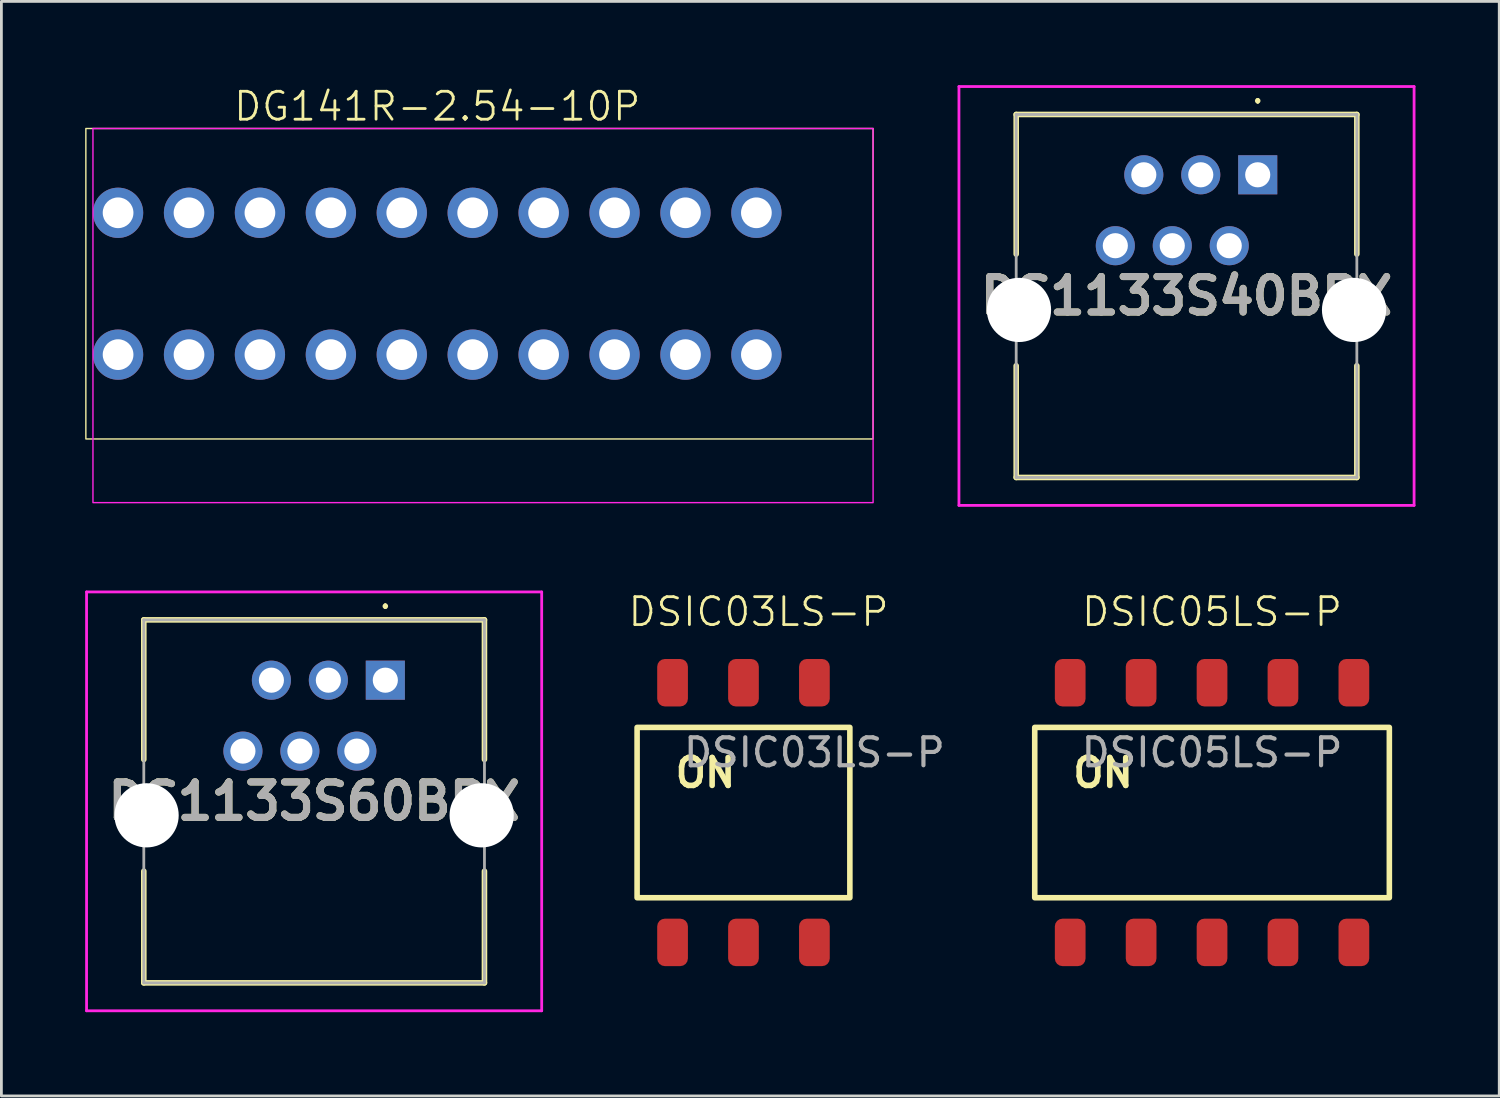
<source format=kicad_pcb>
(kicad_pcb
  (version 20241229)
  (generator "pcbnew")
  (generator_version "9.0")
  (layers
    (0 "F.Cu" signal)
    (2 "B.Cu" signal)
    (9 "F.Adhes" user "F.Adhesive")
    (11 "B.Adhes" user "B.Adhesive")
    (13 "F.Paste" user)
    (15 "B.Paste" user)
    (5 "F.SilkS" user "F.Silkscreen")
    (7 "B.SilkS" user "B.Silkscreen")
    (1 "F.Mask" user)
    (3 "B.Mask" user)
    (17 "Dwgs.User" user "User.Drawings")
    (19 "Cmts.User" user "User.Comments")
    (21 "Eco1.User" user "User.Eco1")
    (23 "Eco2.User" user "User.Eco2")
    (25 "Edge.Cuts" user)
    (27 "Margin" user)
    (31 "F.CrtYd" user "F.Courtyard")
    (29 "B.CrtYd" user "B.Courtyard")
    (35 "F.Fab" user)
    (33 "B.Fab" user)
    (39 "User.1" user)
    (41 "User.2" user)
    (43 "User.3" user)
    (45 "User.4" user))
  (footprint "DSIC05LS-P"
    (layer "F.Cu")
    (at 40.358 21.401)
    (property "Reference" "DSIC05LS-P" (at 0 -2.54 0) (unlocked yes) (layer "F.SilkS") (effects (font (size 1 1) (thickness 0.1))))
    (attr smd)
    (fp_rect (start -6.35 1.6) (end 6.35 7.7) (stroke (width 0.2) (type default)) (fill no) (layer "F.SilkS"))
    (fp_text user "ON" (at -5.08 3.81 0) (unlocked yes) (layer "F.SilkS") (effects (font (size 1 1) (thickness 0.2) (bold yes)) (justify left bottom)))
    (fp_text user "${REFERENCE}" (at 0 2.5 0) (unlocked yes) (layer "F.Fab") (effects (font (size 1 1) (thickness 0.15))))
    (pad "1" smd roundrect (at 5.08 0) (size 1.1 1.7) (layers "F.Cu" "F.Mask" "F.Paste") (roundrect_rratio 0.25))
    (pad "2" smd roundrect (at 2.54 0) (size 1.1 1.7) (layers "F.Cu" "F.Mask" "F.Paste") (roundrect_rratio 0.25))
    (pad "3" smd roundrect (at 0 0) (size 1.1 1.7) (layers "F.Cu" "F.Mask" "F.Paste") (roundrect_rratio 0.25))
    (pad "4" smd roundrect (at -2.54 0) (size 1.1 1.7) (layers "F.Cu" "F.Mask" "F.Paste") (roundrect_rratio 0.25))
    (pad "5" smd roundrect (at -5.08 0) (size 1.1 1.7) (layers "F.Cu" "F.Mask" "F.Paste") (roundrect_rratio 0.25))
    (pad "6" smd roundrect (at -5.08 9.3) (size 1.1 1.7) (layers "F.Cu" "F.Mask" "F.Paste") (roundrect_rratio 0.25))
    (pad "7" smd roundrect (at -2.54 9.3) (size 1.1 1.7) (layers "F.Cu" "F.Mask" "F.Paste") (roundrect_rratio 0.25))
    (pad "8" smd roundrect (at 0 9.3) (size 1.1 1.7) (layers "F.Cu" "F.Mask" "F.Paste") (roundrect_rratio 0.25))
    (pad "9" smd roundrect (at 2.54 9.3) (size 1.1 1.7) (layers "F.Cu" "F.Mask" "F.Paste") (roundrect_rratio 0.25))
    (pad "10" smd roundrect (at 5.08 9.3) (size 1.1 1.7) (layers "F.Cu" "F.Mask" "F.Paste") (roundrect_rratio 0.25)))
  (footprint "DS1133S40BPX"
    (layer "F.Cu")
    (at 41.994 3.21)
    (property "Reference" "DS1133S40BPX" (at -2.55 4.34 0) (layer "F.SilkS") (effects (font (size 1.27 1.27) (thickness 0.254))))
    (attr through_hole)
    (fp_line (start -8.65 -2.16) (end 3.55 -2.16) (stroke (width 0.2) (type solid)) (layer "F.SilkS"))
    (fp_line (start -8.65 2.84) (end -8.65 -2.16) (stroke (width 0.2) (type solid)) (layer "F.SilkS"))
    (fp_line (start -8.65 6.84) (end -8.65 10.84) (stroke (width 0.2) (type solid)) (layer "F.SilkS"))
    (fp_line (start -8.65 10.84) (end 3.55 10.84) (stroke (width 0.2) (type solid)) (layer "F.SilkS"))
    (fp_line (start 0 -2.7) (end 0 -2.7) (stroke (width 0.1) (type solid)) (layer "F.SilkS"))
    (fp_line (start 0 -2.6) (end 0 -2.6) (stroke (width 0.1) (type solid)) (layer "F.SilkS"))
    (fp_line (start 3.55 -2.16) (end 3.55 2.84) (stroke (width 0.2) (type solid)) (layer "F.SilkS"))
    (fp_line (start 3.55 10.84) (end 3.55 6.84) (stroke (width 0.2) (type solid)) (layer "F.SilkS"))
    (fp_arc (start 0 -2.7) (mid 0.05 -2.65) (end 0 -2.6) (stroke (width 0.1) (type solid)) (layer "F.SilkS"))
    (fp_arc (start 0 -2.6) (mid -0.05 -2.65) (end 0 -2.7) (stroke (width 0.1) (type solid)) (layer "F.SilkS"))
    (fp_line (start -10.7 -3.16) (end 5.6 -3.16) (stroke (width 0.1) (type solid)) (layer "F.CrtYd"))
    (fp_line (start -10.7 11.84) (end -10.7 -3.16) (stroke (width 0.1) (type solid)) (layer "F.CrtYd"))
    (fp_line (start 5.6 -3.16) (end 5.6 11.84) (stroke (width 0.1) (type solid)) (layer "F.CrtYd"))
    (fp_line (start 5.6 11.84) (end -10.7 11.84) (stroke (width 0.1) (type solid)) (layer "F.CrtYd"))
    (fp_line (start -8.65 -2.16) (end 3.55 -2.16) (stroke (width 0.1) (type solid)) (layer "F.Fab"))
    (fp_line (start -8.65 10.84) (end -8.65 -2.16) (stroke (width 0.1) (type solid)) (layer "F.Fab"))
    (fp_line (start 3.55 -2.16) (end 3.55 10.84) (stroke (width 0.1) (type solid)) (layer "F.Fab"))
    (fp_line (start 3.55 10.84) (end -8.65 10.84) (stroke (width 0.1) (type solid)) (layer "F.Fab"))
    (fp_text user "${REFERENCE}" (at -2.55 4.34 0) (layer "F.Fab") (effects (font (size 1.27 1.27) (thickness 0.254))))
    (pad "" np_thru_hole circle (at -8.55 4.84) (size 2.3 2.3) (drill 2.3) (layers "*.Cu" "*.Mask"))
    (pad "" np_thru_hole circle (at 3.45 4.84) (size 2.3 2.3) (drill 2.3) (layers "*.Cu" "*.Mask"))
    (pad "1" thru_hole rect (at 0 0) (size 1.4 1.4) (drill 0.9) (layers "*.Cu" "*.Mask"))
    (pad "2" thru_hole circle (at -1.02 2.54) (size 1.4 1.4) (drill 0.9) (layers "*.Cu" "*.Mask"))
    (pad "3" thru_hole circle (at -2.04 0) (size 1.4 1.4) (drill 0.9) (layers "*.Cu" "*.Mask"))
    (pad "4" thru_hole circle (at -3.06 2.54) (size 1.4 1.4) (drill 0.9) (layers "*.Cu" "*.Mask"))
    (pad "5" thru_hole circle (at -4.08 0) (size 1.4 1.4) (drill 0.9) (layers "*.Cu" "*.Mask"))
    (pad "6" thru_hole circle (at -5.1 2.54) (size 1.4 1.4) (drill 0.9) (layers "*.Cu" "*.Mask")))
  (footprint "DSIC03LS-P"
    (layer "F.Cu")
    (at 26.117 21.401)
    (property "Reference" "DSIC03LS-P" (at -2 -2.54 0) (unlocked yes) (layer "F.SilkS") (effects (font (size 1 1) (thickness 0.1))))
    (attr smd)
    (fp_rect (start -6.35 1.6) (end 1.27 7.7) (stroke (width 0.2) (type default)) (fill no) (layer "F.SilkS"))
    (fp_text user "ON" (at -5.08 3.81 0) (unlocked yes) (layer "F.SilkS") (effects (font (size 1 1) (thickness 0.2) (bold yes)) (justify left bottom)))
    (fp_text user "${REFERENCE}" (at 0 2.5 0) (unlocked yes) (layer "F.Fab") (effects (font (size 1 1) (thickness 0.15))))
    (pad "1" smd roundrect (at 0 0) (size 1.1 1.7) (layers "F.Cu" "F.Mask" "F.Paste") (roundrect_rratio 0.25))
    (pad "2" smd roundrect (at -2.54 0) (size 1.1 1.7) (layers "F.Cu" "F.Mask" "F.Paste") (roundrect_rratio 0.25))
    (pad "3" smd roundrect (at -5.08 0) (size 1.1 1.7) (layers "F.Cu" "F.Mask" "F.Paste") (roundrect_rratio 0.25))
    (pad "4" smd roundrect (at -5.08 9.3) (size 1.1 1.7) (layers "F.Cu" "F.Mask" "F.Paste") (roundrect_rratio 0.25))
    (pad "5" smd roundrect (at -2.54 9.3) (size 1.1 1.7) (layers "F.Cu" "F.Mask" "F.Paste") (roundrect_rratio 0.25))
    (pad "6" smd roundrect (at 0 9.3) (size 1.1 1.7) (layers "F.Cu" "F.Mask" "F.Paste") (roundrect_rratio 0.25)))
  (footprint "DG141R-2.54-10P"
    (layer "F.Cu")
    (at 0.279 12.671)
    (property "Reference" "DG141R-2.54-10P" (at 12.33 -11.91 0) (unlocked yes) (layer "F.SilkS") (effects (font (size 1 1) (thickness 0.1))))
    (attr through_hole)
    (fp_rect (start -0.254 -11.12) (end 27.94 0) (stroke (width 0.05) (type default)) (fill no) (layer "F.SilkS"))
    (fp_rect (start 0 -11.12) (end 27.94 2.28) (stroke (width 0.05) (type default)) (fill no) (layer "F.CrtYd"))
    (pad "1" thru_hole circle (at 0.9 -8.1) (size 1.8 1.8) (drill 1.1) (layers "*.Cu" "*.Mask"))
    (pad "1" thru_hole circle (at 0.9 -3.02) (size 1.8 1.8) (drill 1.1) (layers "*.Cu" "*.Mask"))
    (pad "2" thru_hole circle (at 3.44 -8.1) (size 1.8 1.8) (drill 1.1) (layers "*.Cu" "*.Mask"))
    (pad "2" thru_hole circle (at 3.44 -3.02) (size 1.8 1.8) (drill 1.1) (layers "*.Cu" "*.Mask"))
    (pad "3" thru_hole circle (at 5.98 -8.1) (size 1.8 1.8) (drill 1.1) (layers "*.Cu" "*.Mask"))
    (pad "4" thru_hole circle (at 8.52 -8.1) (size 1.8 1.8) (drill 1.1) (layers "*.Cu" "*.Mask"))
    (pad "5" thru_hole circle (at 11.06 -8.1) (size 1.8 1.8) (drill 1.1) (layers "*.Cu" "*.Mask"))
    (pad "5" thru_hole circle (at 11.06 -3.02) (size 1.8 1.8) (drill 1.1) (layers "*.Cu" "*.Mask"))
    (pad "6" thru_hole circle (at 13.6 -8.1) (size 1.8 1.8) (drill 1.1) (layers "*.Cu" "*.Mask"))
    (pad "6" thru_hole circle (at 13.6 -3.02) (size 1.8 1.8) (drill 1.1) (layers "*.Cu" "*.Mask"))
    (pad "7" thru_hole circle (at 16.14 -8.1) (size 1.8 1.8) (drill 1.1) (layers "*.Cu" "*.Mask"))
    (pad "7" thru_hole circle (at 16.14 -3.02) (size 1.8 1.8) (drill 1.1) (layers "*.Cu" "*.Mask"))
    (pad "8" thru_hole circle (at 18.68 -8.1) (size 1.8 1.8) (drill 1.1) (layers "*.Cu" "*.Mask"))
    (pad "9" thru_hole circle (at 21.22 -8.1) (size 1.8 1.8) (drill 1.1) (layers "*.Cu" "*.Mask"))
    (pad "10" thru_hole circle (at 23.76 -8.1) (size 1.8 1.8) (drill 1.1) (layers "*.Cu" "*.Mask"))
    (pad "10" thru_hole circle (at 23.76 -3.02) (size 1.8 1.8) (drill 1.1) (layers "*.Cu" "*.Mask"))
    (pad "13" thru_hole circle (at 5.98 -3.02) (size 1.8 1.8) (drill 1.1) (layers "*.Cu" "*.Mask"))
    (pad "14" thru_hole circle (at 8.52 -3.02) (size 1.8 1.8) (drill 1.1) (layers "*.Cu" "*.Mask"))
    (pad "18" thru_hole circle (at 18.68 -3.02) (size 1.8 1.8) (drill 1.1) (layers "*.Cu" "*.Mask"))
    (pad "19" thru_hole circle (at 21.22 -3.02) (size 1.8 1.8) (drill 1.1) (layers "*.Cu" "*.Mask")))
  (footprint "DS1133S60BPX"
    (layer "F.Cu")
    (at 10.75 21.31)
    (property "Reference" "DS1133S60BPX" (at -2.55 4.34 0) (layer "F.SilkS") (effects (font (size 1.27 1.27) (thickness 0.254))))
    (attr through_hole)
    (fp_line (start -8.65 -2.16) (end 3.55 -2.16) (stroke (width 0.2) (type solid)) (layer "F.SilkS"))
    (fp_line (start -8.65 2.84) (end -8.65 -2.16) (stroke (width 0.2) (type solid)) (layer "F.SilkS"))
    (fp_line (start -8.65 6.84) (end -8.65 10.84) (stroke (width 0.2) (type solid)) (layer "F.SilkS"))
    (fp_line (start -8.65 10.84) (end 3.55 10.84) (stroke (width 0.2) (type solid)) (layer "F.SilkS"))
    (fp_line (start 0 -2.7) (end 0 -2.7) (stroke (width 0.1) (type solid)) (layer "F.SilkS"))
    (fp_line (start 0 -2.6) (end 0 -2.6) (stroke (width 0.1) (type solid)) (layer "F.SilkS"))
    (fp_line (start 3.55 -2.16) (end 3.55 2.84) (stroke (width 0.2) (type solid)) (layer "F.SilkS"))
    (fp_line (start 3.55 10.84) (end 3.55 6.84) (stroke (width 0.2) (type solid)) (layer "F.SilkS"))
    (fp_arc (start 0 -2.7) (mid 0.05 -2.65) (end 0 -2.6) (stroke (width 0.1) (type solid)) (layer "F.SilkS"))
    (fp_arc (start 0 -2.6) (mid -0.05 -2.65) (end 0 -2.7) (stroke (width 0.1) (type solid)) (layer "F.SilkS"))
    (fp_line (start -10.7 -3.16) (end 5.6 -3.16) (stroke (width 0.1) (type solid)) (layer "F.CrtYd"))
    (fp_line (start -10.7 11.84) (end -10.7 -3.16) (stroke (width 0.1) (type solid)) (layer "F.CrtYd"))
    (fp_line (start 5.6 -3.16) (end 5.6 11.84) (stroke (width 0.1) (type solid)) (layer "F.CrtYd"))
    (fp_line (start 5.6 11.84) (end -10.7 11.84) (stroke (width 0.1) (type solid)) (layer "F.CrtYd"))
    (fp_line (start -8.65 -2.16) (end 3.55 -2.16) (stroke (width 0.1) (type solid)) (layer "F.Fab"))
    (fp_line (start -8.65 10.84) (end -8.65 -2.16) (stroke (width 0.1) (type solid)) (layer "F.Fab"))
    (fp_line (start 3.55 -2.16) (end 3.55 10.84) (stroke (width 0.1) (type solid)) (layer "F.Fab"))
    (fp_line (start 3.55 10.84) (end -8.65 10.84) (stroke (width 0.1) (type solid)) (layer "F.Fab"))
    (fp_text user "${REFERENCE}" (at -2.55 4.34 0) (layer "F.Fab") (effects (font (size 1.27 1.27) (thickness 0.254))))
    (pad "" np_thru_hole circle (at -8.55 4.84) (size 2.3 2.3) (drill 2.3) (layers "*.Cu" "*.Mask"))
    (pad "" np_thru_hole circle (at 3.45 4.84) (size 2.3 2.3) (drill 2.3) (layers "*.Cu" "*.Mask"))
    (pad "1" thru_hole rect (at 0 0) (size 1.4 1.4) (drill 0.9) (layers "*.Cu" "*.Mask"))
    (pad "2" thru_hole circle (at -1.02 2.54) (size 1.4 1.4) (drill 0.9) (layers "*.Cu" "*.Mask"))
    (pad "3" thru_hole circle (at -2.04 0) (size 1.4 1.4) (drill 0.9) (layers "*.Cu" "*.Mask"))
    (pad "4" thru_hole circle (at -3.06 2.54) (size 1.4 1.4) (drill 0.9) (layers "*.Cu" "*.Mask"))
    (pad "5" thru_hole circle (at -4.08 0) (size 1.4 1.4) (drill 0.9) (layers "*.Cu" "*.Mask"))
    (pad "6" thru_hole circle (at -5.1 2.54) (size 1.4 1.4) (drill 0.9) (layers "*.Cu" "*.Mask")))
  (gr_rect
    (start -3 -3)
    (end 50.644 36.2)
    (stroke (width 0.1) (type default))
    (fill no)
    (layer "Edge.Cuts")))
</source>
